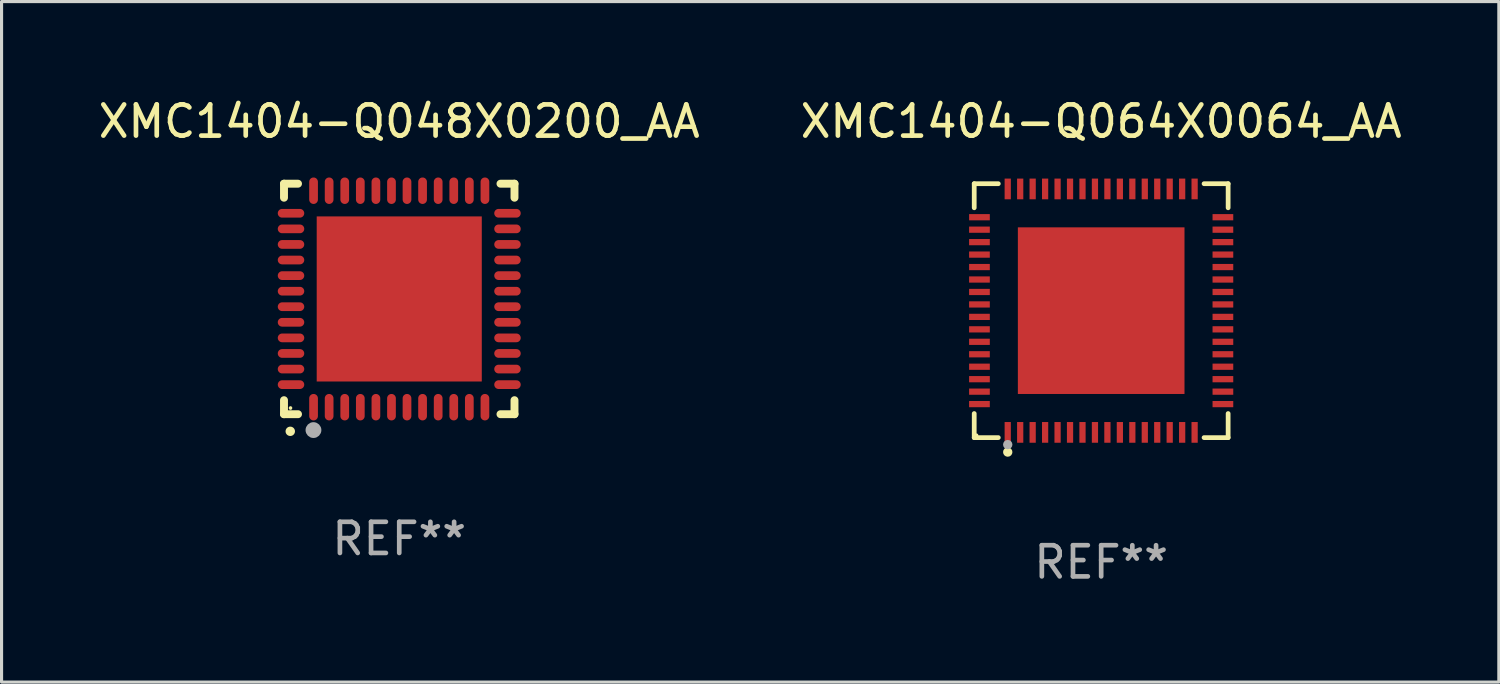
<source format=kicad_pcb>
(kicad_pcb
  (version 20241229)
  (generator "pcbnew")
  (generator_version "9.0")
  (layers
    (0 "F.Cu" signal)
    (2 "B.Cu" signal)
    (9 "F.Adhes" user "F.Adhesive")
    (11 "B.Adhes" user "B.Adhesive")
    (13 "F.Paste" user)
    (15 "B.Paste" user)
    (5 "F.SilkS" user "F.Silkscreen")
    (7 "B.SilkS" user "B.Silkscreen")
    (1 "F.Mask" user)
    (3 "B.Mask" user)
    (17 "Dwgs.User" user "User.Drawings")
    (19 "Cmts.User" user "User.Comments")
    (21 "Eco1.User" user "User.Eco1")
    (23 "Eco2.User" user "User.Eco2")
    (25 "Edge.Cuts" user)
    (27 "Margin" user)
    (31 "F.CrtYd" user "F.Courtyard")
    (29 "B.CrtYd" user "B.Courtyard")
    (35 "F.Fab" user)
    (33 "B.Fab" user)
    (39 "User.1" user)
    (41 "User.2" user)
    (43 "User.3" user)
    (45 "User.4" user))
  (footprint "XMC1404-Q064X0064_AA"
    (layer "F.Cu")
    (at 32.304 6.924)
    (property "Reference" "XMC1404-Q064X0064_AA" (at 0 -6.076 0) (layer "F.SilkS") (effects (font (size 1 1) (thickness 0.15))))
    (attr through_hole)
    (fp_line (start -4.076 -4.076) (end -3.303 -4.076) (stroke (width 0.152) (type solid)) (layer "F.SilkS"))
    (fp_line (start -4.076 -3.303) (end -4.076 -4.076) (stroke (width 0.152) (type solid)) (layer "F.SilkS"))
    (fp_line (start -4.076 3.303) (end -4.076 4.076) (stroke (width 0.152) (type solid)) (layer "F.SilkS"))
    (fp_line (start -4.076 4.076) (end -3.303 4.076) (stroke (width 0.152) (type solid)) (layer "F.SilkS"))
    (fp_line (start 4.076 -4.076) (end 3.303 -4.076) (stroke (width 0.152) (type solid)) (layer "F.SilkS"))
    (fp_line (start 4.076 -3.303) (end 4.076 -4.076) (stroke (width 0.152) (type solid)) (layer "F.SilkS"))
    (fp_line (start 4.076 3.303) (end 4.076 4.076) (stroke (width 0.152) (type solid)) (layer "F.SilkS"))
    (fp_line (start 4.076 4.076) (end 3.303 4.076) (stroke (width 0.152) (type solid)) (layer "F.SilkS"))
    (fp_circle (center -4 4) (end -3.97 4) (stroke (width 0.06) (type solid)) (fill no) (layer "F.SilkS"))
    (fp_circle (center -3 4.54) (end -2.925 4.54) (stroke (width 0.15) (type solid)) (fill no) (layer "F.SilkS"))
    (fp_circle (center -3 4.3) (end -2.925 4.3) (stroke (width 0.15) (type solid)) (fill no) (layer "F.Fab"))
    (fp_text user "REF**" (at 0 8.076 0) (layer "F.Fab") (effects (font (size 1 1) (thickness 0.15))))
    (pad "1" smd rect (at -3 3.908) (size 0.2 0.665) (layers "F.Cu" "F.Mask" "F.Paste"))
    (pad "2" smd rect (at -2.6 3.908) (size 0.2 0.665) (layers "F.Cu" "F.Mask" "F.Paste"))
    (pad "3" smd rect (at -2.2 3.908) (size 0.2 0.665) (layers "F.Cu" "F.Mask" "F.Paste"))
    (pad "4" smd rect (at -1.8 3.908) (size 0.2 0.665) (layers "F.Cu" "F.Mask" "F.Paste"))
    (pad "5" smd rect (at -1.4 3.908) (size 0.2 0.665) (layers "F.Cu" "F.Mask" "F.Paste"))
    (pad "6" smd rect (at -1 3.908) (size 0.2 0.665) (layers "F.Cu" "F.Mask" "F.Paste"))
    (pad "7" smd rect (at -0.6 3.908) (size 0.2 0.665) (layers "F.Cu" "F.Mask" "F.Paste"))
    (pad "8" smd rect (at -0.2 3.908) (size 0.2 0.665) (layers "F.Cu" "F.Mask" "F.Paste"))
    (pad "9" smd rect (at 0.2 3.908) (size 0.2 0.665) (layers "F.Cu" "F.Mask" "F.Paste"))
    (pad "10" smd rect (at 0.6 3.908) (size 0.2 0.665) (layers "F.Cu" "F.Mask" "F.Paste"))
    (pad "11" smd rect (at 1 3.908) (size 0.2 0.665) (layers "F.Cu" "F.Mask" "F.Paste"))
    (pad "12" smd rect (at 1.4 3.908) (size 0.2 0.665) (layers "F.Cu" "F.Mask" "F.Paste"))
    (pad "13" smd rect (at 1.8 3.908) (size 0.2 0.665) (layers "F.Cu" "F.Mask" "F.Paste"))
    (pad "14" smd rect (at 2.2 3.908) (size 0.2 0.665) (layers "F.Cu" "F.Mask" "F.Paste"))
    (pad "15" smd rect (at 2.6 3.908) (size 0.2 0.665) (layers "F.Cu" "F.Mask" "F.Paste"))
    (pad "16" smd rect (at 3 3.908) (size 0.2 0.665) (layers "F.Cu" "F.Mask" "F.Paste"))
    (pad "17" smd rect (at 3.908 3) (size 0.665 0.2) (layers "F.Cu" "F.Mask" "F.Paste"))
    (pad "18" smd rect (at 3.908 2.6) (size 0.665 0.2) (layers "F.Cu" "F.Mask" "F.Paste"))
    (pad "19" smd rect (at 3.908 2.2) (size 0.665 0.2) (layers "F.Cu" "F.Mask" "F.Paste"))
    (pad "20" smd rect (at 3.908 1.8) (size 0.665 0.2) (layers "F.Cu" "F.Mask" "F.Paste"))
    (pad "21" smd rect (at 3.908 1.4) (size 0.665 0.2) (layers "F.Cu" "F.Mask" "F.Paste"))
    (pad "22" smd rect (at 3.908 1) (size 0.665 0.2) (layers "F.Cu" "F.Mask" "F.Paste"))
    (pad "23" smd rect (at 3.908 0.6) (size 0.665 0.2) (layers "F.Cu" "F.Mask" "F.Paste"))
    (pad "24" smd rect (at 3.908 0.2) (size 0.665 0.2) (layers "F.Cu" "F.Mask" "F.Paste"))
    (pad "25" smd rect (at 3.908 -0.2) (size 0.665 0.2) (layers "F.Cu" "F.Mask" "F.Paste"))
    (pad "26" smd rect (at 3.908 -0.6) (size 0.665 0.2) (layers "F.Cu" "F.Mask" "F.Paste"))
    (pad "27" smd rect (at 3.908 -1) (size 0.665 0.2) (layers "F.Cu" "F.Mask" "F.Paste"))
    (pad "28" smd rect (at 3.908 -1.4) (size 0.665 0.2) (layers "F.Cu" "F.Mask" "F.Paste"))
    (pad "29" smd rect (at 3.908 -1.8) (size 0.665 0.2) (layers "F.Cu" "F.Mask" "F.Paste"))
    (pad "30" smd rect (at 3.908 -2.2) (size 0.665 0.2) (layers "F.Cu" "F.Mask" "F.Paste"))
    (pad "31" smd rect (at 3.908 -2.6) (size 0.665 0.2) (layers "F.Cu" "F.Mask" "F.Paste"))
    (pad "32" smd rect (at 3.908 -3) (size 0.665 0.2) (layers "F.Cu" "F.Mask" "F.Paste"))
    (pad "33" smd rect (at 3 -3.908) (size 0.2 0.665) (layers "F.Cu" "F.Mask" "F.Paste"))
    (pad "34" smd rect (at 2.6 -3.908) (size 0.2 0.665) (layers "F.Cu" "F.Mask" "F.Paste"))
    (pad "35" smd rect (at 2.2 -3.908) (size 0.2 0.665) (layers "F.Cu" "F.Mask" "F.Paste"))
    (pad "36" smd rect (at 1.8 -3.908) (size 0.2 0.665) (layers "F.Cu" "F.Mask" "F.Paste"))
    (pad "37" smd rect (at 1.4 -3.908) (size 0.2 0.665) (layers "F.Cu" "F.Mask" "F.Paste"))
    (pad "38" smd rect (at 1 -3.908) (size 0.2 0.665) (layers "F.Cu" "F.Mask" "F.Paste"))
    (pad "39" smd rect (at 0.6 -3.908) (size 0.2 0.665) (layers "F.Cu" "F.Mask" "F.Paste"))
    (pad "40" smd rect (at 0.2 -3.908) (size 0.2 0.665) (layers "F.Cu" "F.Mask" "F.Paste"))
    (pad "41" smd rect (at -0.2 -3.908) (size 0.2 0.665) (layers "F.Cu" "F.Mask" "F.Paste"))
    (pad "42" smd rect (at -0.6 -3.908) (size 0.2 0.665) (layers "F.Cu" "F.Mask" "F.Paste"))
    (pad "43" smd rect (at -1 -3.908) (size 0.2 0.665) (layers "F.Cu" "F.Mask" "F.Paste"))
    (pad "44" smd rect (at -1.4 -3.908) (size 0.2 0.665) (layers "F.Cu" "F.Mask" "F.Paste"))
    (pad "45" smd rect (at -1.8 -3.908) (size 0.2 0.665) (layers "F.Cu" "F.Mask" "F.Paste"))
    (pad "46" smd rect (at -2.2 -3.908) (size 0.2 0.665) (layers "F.Cu" "F.Mask" "F.Paste"))
    (pad "47" smd rect (at -2.6 -3.908) (size 0.2 0.665) (layers "F.Cu" "F.Mask" "F.Paste"))
    (pad "48" smd rect (at -3 -3.908) (size 0.2 0.665) (layers "F.Cu" "F.Mask" "F.Paste"))
    (pad "49" smd rect (at -3.908 -3) (size 0.665 0.2) (layers "F.Cu" "F.Mask" "F.Paste"))
    (pad "50" smd rect (at -3.908 -2.6) (size 0.665 0.2) (layers "F.Cu" "F.Mask" "F.Paste"))
    (pad "51" smd rect (at -3.908 -2.2) (size 0.665 0.2) (layers "F.Cu" "F.Mask" "F.Paste"))
    (pad "52" smd rect (at -3.908 -1.8) (size 0.665 0.2) (layers "F.Cu" "F.Mask" "F.Paste"))
    (pad "53" smd rect (at -3.908 -1.4) (size 0.665 0.2) (layers "F.Cu" "F.Mask" "F.Paste"))
    (pad "54" smd rect (at -3.908 -1) (size 0.665 0.2) (layers "F.Cu" "F.Mask" "F.Paste"))
    (pad "55" smd rect (at -3.908 -0.6) (size 0.665 0.2) (layers "F.Cu" "F.Mask" "F.Paste"))
    (pad "56" smd rect (at -3.908 -0.2) (size 0.665 0.2) (layers "F.Cu" "F.Mask" "F.Paste"))
    (pad "57" smd rect (at -3.908 0.2) (size 0.665 0.2) (layers "F.Cu" "F.Mask" "F.Paste"))
    (pad "58" smd rect (at -3.908 0.6) (size 0.665 0.2) (layers "F.Cu" "F.Mask" "F.Paste"))
    (pad "59" smd rect (at -3.908 1) (size 0.665 0.2) (layers "F.Cu" "F.Mask" "F.Paste"))
    (pad "60" smd rect (at -3.908 1.4) (size 0.665 0.2) (layers "F.Cu" "F.Mask" "F.Paste"))
    (pad "61" smd rect (at -3.908 1.8) (size 0.665 0.2) (layers "F.Cu" "F.Mask" "F.Paste"))
    (pad "62" smd rect (at -3.908 2.2) (size 0.665 0.2) (layers "F.Cu" "F.Mask" "F.Paste"))
    (pad "63" smd rect (at -3.908 2.6) (size 0.665 0.2) (layers "F.Cu" "F.Mask" "F.Paste"))
    (pad "64" smd rect (at -3.908 3) (size 0.665 0.2) (layers "F.Cu" "F.Mask" "F.Paste"))
    (pad "65" smd rect (at 0 0) (size 5.35 5.35) (layers "F.Cu" "F.Mask" "F.Paste")))
  (footprint "XMC1404-Q048X0200_AA"
    (layer "F.Cu")
    (at 9.768 6.548)
    (property "Reference" "XMC1404-Q048X0200_AA" (at 0 -5.7 0) (layer "F.SilkS") (effects (font (size 1 1) (thickness 0.15))))
    (attr through_hole)
    (fp_line (start -3.7 -3.7) (end -3.25 -3.7) (stroke (width 0.254) (type solid)) (layer "F.SilkS"))
    (fp_line (start -3.7 -3.25) (end -3.7 -3.7) (stroke (width 0.254) (type solid)) (layer "F.SilkS"))
    (fp_line (start -3.7 3.7) (end -3.7 3.25) (stroke (width 0.254) (type solid)) (layer "F.SilkS"))
    (fp_line (start -3.25 3.7) (end -3.7 3.7) (stroke (width 0.254) (type solid)) (layer "F.SilkS"))
    (fp_line (start 3.25 3.7) (end 3.7 3.7) (stroke (width 0.254) (type solid)) (layer "F.SilkS"))
    (fp_line (start 3.7 -3.7) (end 3.25 -3.7) (stroke (width 0.254) (type solid)) (layer "F.SilkS"))
    (fp_line (start 3.7 -3.25) (end 3.7 -3.7) (stroke (width 0.254) (type solid)) (layer "F.SilkS"))
    (fp_line (start 3.7 3.7) (end 3.7 3.25) (stroke (width 0.254) (type solid)) (layer "F.SilkS"))
    (fp_arc (start -3.500127 4.249428) (mid -3.498857 4.249423) (end -3.497587 4.249428) (stroke (width 0.3) (type solid)) (layer "F.SilkS"))
    (fp_circle (center -3.491 3.501) (end -3.461 3.501) (stroke (width 0.06) (type solid)) (fill no) (layer "F.SilkS"))
    (fp_circle (center -2.754 4.21) (end -2.627 4.21) (stroke (width 0.254) (type solid)) (fill no) (layer "F.Fab"))
    (fp_text user "REF**" (at 0 7.7 0) (layer "F.Fab") (effects (font (size 1 1) (thickness 0.15))))
    (pad "1" smd oval (at -2.751 3.475) (size 0.28 0.85) (layers "F.Cu" "F.Mask" "F.Paste"))
    (pad "2" smd oval (at -2.251 3.475) (size 0.28 0.85) (layers "F.Cu" "F.Mask" "F.Paste"))
    (pad "3" smd oval (at -1.75 3.475) (size 0.28 0.85) (layers "F.Cu" "F.Mask" "F.Paste"))
    (pad "4" smd oval (at -1.25 3.475) (size 0.28 0.85) (layers "F.Cu" "F.Mask" "F.Paste"))
    (pad "5" smd oval (at -0.749 3.475) (size 0.28 0.85) (layers "F.Cu" "F.Mask" "F.Paste"))
    (pad "6" smd oval (at -0.249 3.475) (size 0.28 0.85) (layers "F.Cu" "F.Mask" "F.Paste"))
    (pad "7" smd oval (at 0.249 3.475) (size 0.28 0.85) (layers "F.Cu" "F.Mask" "F.Paste"))
    (pad "8" smd oval (at 0.749 3.475) (size 0.28 0.85) (layers "F.Cu" "F.Mask" "F.Paste"))
    (pad "9" smd oval (at 1.25 3.475) (size 0.28 0.85) (layers "F.Cu" "F.Mask" "F.Paste"))
    (pad "10" smd oval (at 1.75 3.475) (size 0.28 0.85) (layers "F.Cu" "F.Mask" "F.Paste"))
    (pad "11" smd oval (at 2.25 3.475) (size 0.28 0.85) (layers "F.Cu" "F.Mask" "F.Paste"))
    (pad "12" smd oval (at 2.751 3.475) (size 0.28 0.85) (layers "F.Cu" "F.Mask" "F.Paste"))
    (pad "13" smd oval (at 3.475 2.751) (size 0.85 0.28) (layers "F.Cu" "F.Mask" "F.Paste"))
    (pad "14" smd oval (at 3.475 2.251) (size 0.85 0.28) (layers "F.Cu" "F.Mask" "F.Paste"))
    (pad "15" smd oval (at 3.475 1.75) (size 0.85 0.28) (layers "F.Cu" "F.Mask" "F.Paste"))
    (pad "16" smd oval (at 3.475 1.25) (size 0.85 0.28) (layers "F.Cu" "F.Mask" "F.Paste"))
    (pad "17" smd oval (at 3.475 0.749) (size 0.85 0.28) (layers "F.Cu" "F.Mask" "F.Paste"))
    (pad "18" smd oval (at 3.475 0.249) (size 0.85 0.28) (layers "F.Cu" "F.Mask" "F.Paste"))
    (pad "19" smd oval (at 3.475 -0.249) (size 0.85 0.28) (layers "F.Cu" "F.Mask" "F.Paste"))
    (pad "20" smd oval (at 3.475 -0.749) (size 0.85 0.28) (layers "F.Cu" "F.Mask" "F.Paste"))
    (pad "21" smd oval (at 3.475 -1.25) (size 0.85 0.28) (layers "F.Cu" "F.Mask" "F.Paste"))
    (pad "22" smd oval (at 3.475 -1.75) (size 0.85 0.28) (layers "F.Cu" "F.Mask" "F.Paste"))
    (pad "23" smd oval (at 3.475 -2.25) (size 0.85 0.28) (layers "F.Cu" "F.Mask" "F.Paste"))
    (pad "24" smd oval (at 3.475 -2.751) (size 0.85 0.28) (layers "F.Cu" "F.Mask" "F.Paste"))
    (pad "25" smd oval (at 2.751 -3.475) (size 0.28 0.85) (layers "F.Cu" "F.Mask" "F.Paste"))
    (pad "26" smd oval (at 2.25 -3.475) (size 0.28 0.85) (layers "F.Cu" "F.Mask" "F.Paste"))
    (pad "27" smd oval (at 1.75 -3.475) (size 0.28 0.85) (layers "F.Cu" "F.Mask" "F.Paste"))
    (pad "28" smd oval (at 1.25 -3.475) (size 0.28 0.85) (layers "F.Cu" "F.Mask" "F.Paste"))
    (pad "29" smd oval (at 0.749 -3.475) (size 0.28 0.85) (layers "F.Cu" "F.Mask" "F.Paste"))
    (pad "30" smd oval (at 0.249 -3.475) (size 0.28 0.85) (layers "F.Cu" "F.Mask" "F.Paste"))
    (pad "31" smd oval (at -0.249 -3.475) (size 0.28 0.85) (layers "F.Cu" "F.Mask" "F.Paste"))
    (pad "32" smd oval (at -0.749 -3.475) (size 0.28 0.85) (layers "F.Cu" "F.Mask" "F.Paste"))
    (pad "33" smd oval (at -1.25 -3.475) (size 0.28 0.85) (layers "F.Cu" "F.Mask" "F.Paste"))
    (pad "34" smd oval (at -1.75 -3.475) (size 0.28 0.85) (layers "F.Cu" "F.Mask" "F.Paste"))
    (pad "35" smd oval (at -2.251 -3.475) (size 0.28 0.85) (layers "F.Cu" "F.Mask" "F.Paste"))
    (pad "36" smd oval (at -2.751 -3.475) (size 0.28 0.85) (layers "F.Cu" "F.Mask" "F.Paste"))
    (pad "37" smd oval (at -3.475 -2.751) (size 0.85 0.28) (layers "F.Cu" "F.Mask" "F.Paste"))
    (pad "38" smd oval (at -3.475 -2.25) (size 0.85 0.28) (layers "F.Cu" "F.Mask" "F.Paste"))
    (pad "39" smd oval (at -3.475 -1.75) (size 0.85 0.28) (layers "F.Cu" "F.Mask" "F.Paste"))
    (pad "40" smd oval (at -3.475 -1.25) (size 0.85 0.28) (layers "F.Cu" "F.Mask" "F.Paste"))
    (pad "41" smd oval (at -3.475 -0.749) (size 0.85 0.28) (layers "F.Cu" "F.Mask" "F.Paste"))
    (pad "42" smd oval (at -3.475 -0.249) (size 0.85 0.28) (layers "F.Cu" "F.Mask" "F.Paste"))
    (pad "43" smd oval (at -3.475 0.249) (size 0.85 0.28) (layers "F.Cu" "F.Mask" "F.Paste"))
    (pad "44" smd oval (at -3.475 0.749) (size 0.85 0.28) (layers "F.Cu" "F.Mask" "F.Paste"))
    (pad "45" smd oval (at -3.475 1.25) (size 0.85 0.28) (layers "F.Cu" "F.Mask" "F.Paste"))
    (pad "46" smd oval (at -3.475 1.75) (size 0.85 0.28) (layers "F.Cu" "F.Mask" "F.Paste"))
    (pad "47" smd oval (at -3.475 2.251) (size 0.85 0.28) (layers "F.Cu" "F.Mask" "F.Paste"))
    (pad "48" smd oval (at -3.475 2.751) (size 0.85 0.28) (layers "F.Cu" "F.Mask" "F.Paste"))
    (pad "49" smd rect (at -0.000102 0.000102) (size 5.3 5.3) (layers "F.Cu" "F.Mask" "F.Paste")))
  (gr_rect
    (start -3 -3)
    (end 45.071 18.849)
    (stroke (width 0.1) (type default))
    (fill no)
    (layer "Edge.Cuts")))
</source>
